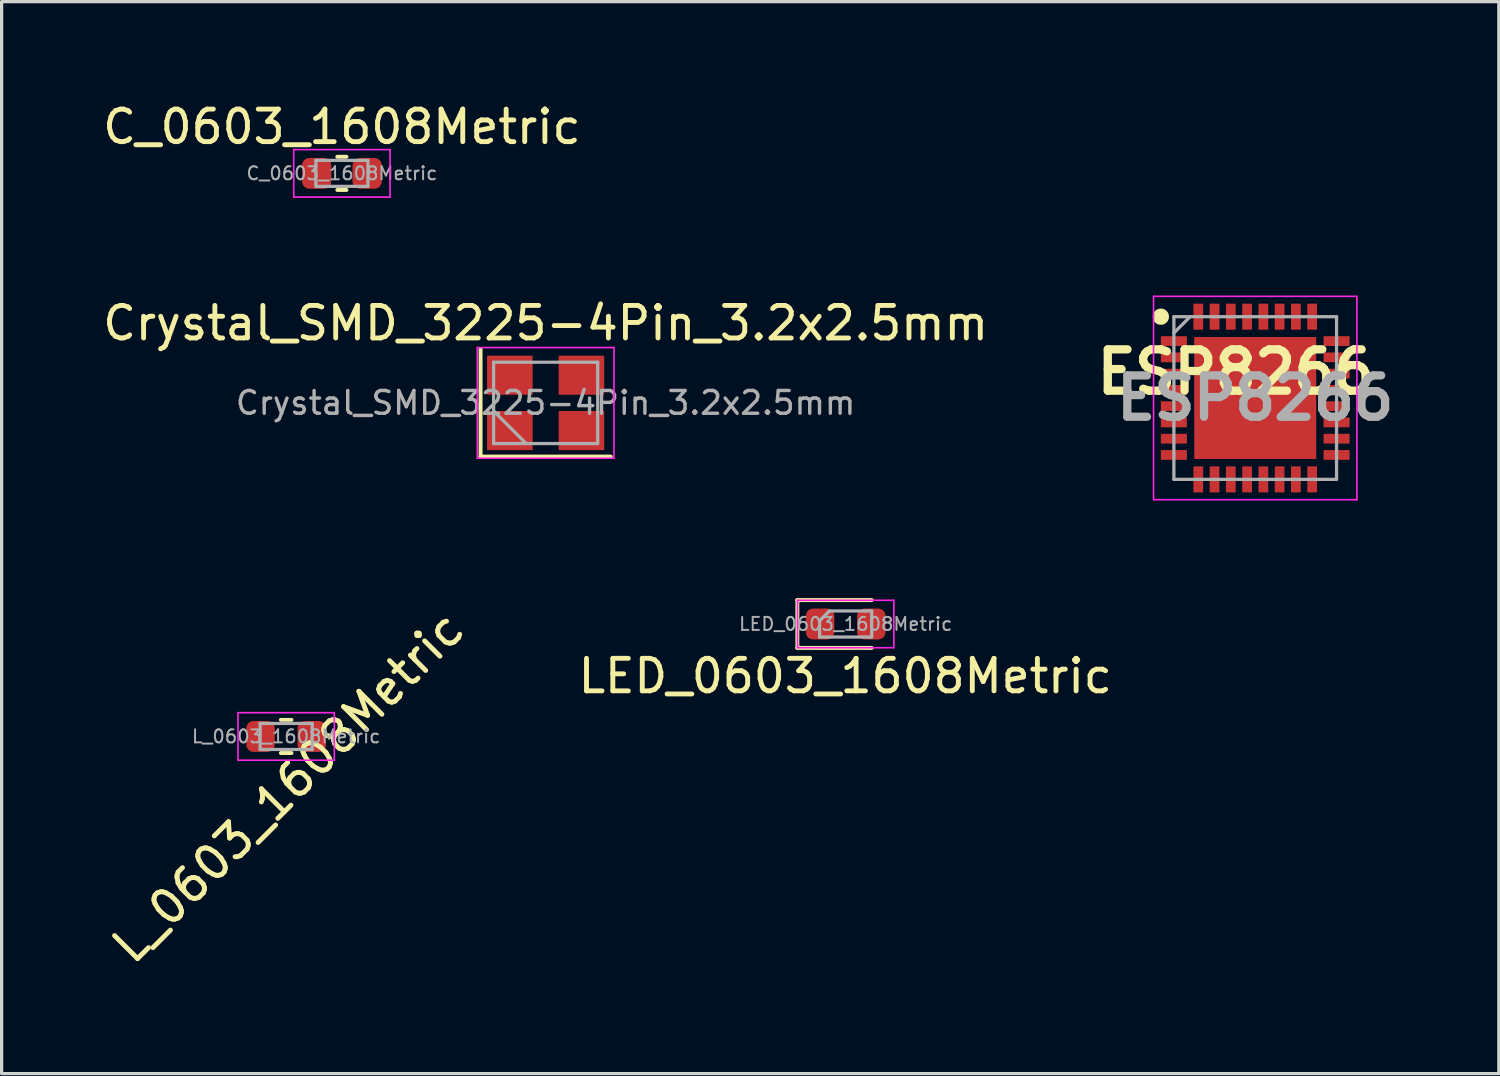
<source format=kicad_pcb>
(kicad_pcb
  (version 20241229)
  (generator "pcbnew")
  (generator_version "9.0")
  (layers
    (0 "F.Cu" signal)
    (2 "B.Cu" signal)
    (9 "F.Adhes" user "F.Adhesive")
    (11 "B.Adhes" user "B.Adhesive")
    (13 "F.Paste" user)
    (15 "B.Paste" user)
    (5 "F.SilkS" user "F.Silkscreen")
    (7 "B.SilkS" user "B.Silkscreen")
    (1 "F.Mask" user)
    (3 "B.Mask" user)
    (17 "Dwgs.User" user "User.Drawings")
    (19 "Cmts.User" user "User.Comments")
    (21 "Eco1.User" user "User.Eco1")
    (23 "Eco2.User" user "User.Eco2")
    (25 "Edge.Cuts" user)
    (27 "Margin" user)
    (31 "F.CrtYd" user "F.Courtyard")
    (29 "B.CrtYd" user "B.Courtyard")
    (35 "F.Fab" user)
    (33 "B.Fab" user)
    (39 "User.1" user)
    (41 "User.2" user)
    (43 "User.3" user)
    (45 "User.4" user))
  (footprint "ESP8266"
    (layer "F.Cu")
    (at 35.528 9.183)
    (property "Reference" "ESP8266" (at -0.6 -0.8 0) (layer "F.SilkS") (effects (font (size 1.27 1.27) (thickness 0.254))))
    (attr smd)
    (fp_circle (center -2.9 -2.5) (end -2.9 -2.375) (stroke (width 0.25) (type solid)) (fill no) (layer "F.SilkS"))
    (fp_line (start -3.125 -3.125) (end 3.125 -3.125) (stroke (width 0.05) (type solid)) (layer "F.CrtYd"))
    (fp_line (start -3.125 3.125) (end -3.125 -3.125) (stroke (width 0.05) (type solid)) (layer "F.CrtYd"))
    (fp_line (start 3.125 -3.125) (end 3.125 3.125) (stroke (width 0.05) (type solid)) (layer "F.CrtYd"))
    (fp_line (start 3.125 3.125) (end -3.125 3.125) (stroke (width 0.05) (type solid)) (layer "F.CrtYd"))
    (fp_line (start -2.5 -2.5) (end 2.5 -2.5) (stroke (width 0.1) (type solid)) (layer "F.Fab"))
    (fp_line (start -2.5 -2) (end -2 -2.5) (stroke (width 0.1) (type solid)) (layer "F.Fab"))
    (fp_line (start -2.5 2.5) (end -2.5 -2.5) (stroke (width 0.1) (type solid)) (layer "F.Fab"))
    (fp_line (start 2.5 -2.5) (end 2.5 2.5) (stroke (width 0.1) (type solid)) (layer "F.Fab"))
    (fp_line (start 2.5 2.5) (end -2.5 2.5) (stroke (width 0.1) (type solid)) (layer "F.Fab"))
    (fp_text user "${REFERENCE}" (at 0 0 0) (layer "F.Fab") (effects (font (size 1.27 1.27) (thickness 0.254))))
    (pad "1" smd rect (at -2.5 -1.75 90) (size 0.3 0.8) (layers "F.Cu" "F.Mask" "F.Paste"))
    (pad "2" smd rect (at -2.5 -1.25 90) (size 0.3 0.8) (layers "F.Cu" "F.Mask" "F.Paste"))
    (pad "3" smd rect (at -2.5 -0.75 90) (size 0.3 0.8) (layers "F.Cu" "F.Mask" "F.Paste"))
    (pad "4" smd rect (at -2.5 -0.25 90) (size 0.3 0.8) (layers "F.Cu" "F.Mask" "F.Paste"))
    (pad "5" smd rect (at -2.5 0.25 90) (size 0.3 0.8) (layers "F.Cu" "F.Mask" "F.Paste"))
    (pad "6" smd rect (at -2.5 0.75 90) (size 0.3 0.8) (layers "F.Cu" "F.Mask" "F.Paste"))
    (pad "7" smd rect (at -2.5 1.25 90) (size 0.3 0.8) (layers "F.Cu" "F.Mask" "F.Paste"))
    (pad "8" smd rect (at -2.5 1.75 90) (size 0.3 0.8) (layers "F.Cu" "F.Mask" "F.Paste"))
    (pad "9" smd rect (at -1.75 2.5) (size 0.3 0.8) (layers "F.Cu" "F.Mask" "F.Paste"))
    (pad "10" smd rect (at -1.25 2.5) (size 0.3 0.8) (layers "F.Cu" "F.Mask" "F.Paste"))
    (pad "11" smd rect (at -0.75 2.5) (size 0.3 0.8) (layers "F.Cu" "F.Mask" "F.Paste"))
    (pad "12" smd rect (at -0.25 2.5) (size 0.3 0.8) (layers "F.Cu" "F.Mask" "F.Paste"))
    (pad "13" smd rect (at 0.25 2.5) (size 0.3 0.8) (layers "F.Cu" "F.Mask" "F.Paste"))
    (pad "14" smd rect (at 0.75 2.5) (size 0.3 0.8) (layers "F.Cu" "F.Mask" "F.Paste"))
    (pad "15" smd rect (at 1.25 2.5) (size 0.3 0.8) (layers "F.Cu" "F.Mask" "F.Paste"))
    (pad "16" smd rect (at 1.75 2.5) (size 0.3 0.8) (layers "F.Cu" "F.Mask" "F.Paste"))
    (pad "17" smd rect (at 2.5 1.75 90) (size 0.3 0.8) (layers "F.Cu" "F.Mask" "F.Paste"))
    (pad "18" smd rect (at 2.5 1.25 90) (size 0.3 0.8) (layers "F.Cu" "F.Mask" "F.Paste"))
    (pad "19" smd rect (at 2.5 0.75 90) (size 0.3 0.8) (layers "F.Cu" "F.Mask" "F.Paste"))
    (pad "20" smd rect (at 2.5 0.25 90) (size 0.3 0.8) (layers "F.Cu" "F.Mask" "F.Paste"))
    (pad "21" smd rect (at 2.5 -0.25 90) (size 0.3 0.8) (layers "F.Cu" "F.Mask" "F.Paste"))
    (pad "22" smd rect (at 2.5 -0.75 90) (size 0.3 0.8) (layers "F.Cu" "F.Mask" "F.Paste"))
    (pad "23" smd rect (at 2.5 -1.25 90) (size 0.3 0.8) (layers "F.Cu" "F.Mask" "F.Paste"))
    (pad "24" smd rect (at 2.5 -1.75 90) (size 0.3 0.8) (layers "F.Cu" "F.Mask" "F.Paste"))
    (pad "25" smd rect (at 1.75 -2.5) (size 0.3 0.8) (layers "F.Cu" "F.Mask" "F.Paste"))
    (pad "26" smd rect (at 1.25 -2.5) (size 0.3 0.8) (layers "F.Cu" "F.Mask" "F.Paste"))
    (pad "27" smd rect (at 0.75 -2.5) (size 0.3 0.8) (layers "F.Cu" "F.Mask" "F.Paste"))
    (pad "28" smd rect (at 0.25 -2.5) (size 0.3 0.8) (layers "F.Cu" "F.Mask" "F.Paste"))
    (pad "29" smd rect (at -0.25 -2.5) (size 0.3 0.8) (layers "F.Cu" "F.Mask" "F.Paste"))
    (pad "30" smd rect (at -0.75 -2.5) (size 0.3 0.8) (layers "F.Cu" "F.Mask" "F.Paste"))
    (pad "31" smd rect (at -1.25 -2.5) (size 0.3 0.8) (layers "F.Cu" "F.Mask" "F.Paste"))
    (pad "32" smd rect (at -1.75 -2.5) (size 0.3 0.8) (layers "F.Cu" "F.Mask" "F.Paste"))
    (pad "33" smd rect (at 0 0) (size 3.75 3.75) (layers "F.Cu" "F.Mask" "F.Paste")))
  (footprint "Crystal_SMD_3225-4Pin_3.2x2.5mm"
    (layer "F.Cu")
    (at 13.72 9.332)
    (property "Reference" "Crystal_SMD_3225-4Pin_3.2x2.5mm" (at 0 -2.45 0) (layer "F.SilkS") (effects (font (size 1 1) (thickness 0.15))))
    (attr smd)
    (fp_line (start -2 -1.65) (end -2 1.65) (stroke (width 0.12) (type solid)) (layer "F.SilkS"))
    (fp_line (start -2 1.65) (end 2 1.65) (stroke (width 0.12) (type solid)) (layer "F.SilkS"))
    (fp_line (start -2.1 -1.7) (end -2.1 1.7) (stroke (width 0.05) (type solid)) (layer "F.CrtYd"))
    (fp_line (start -2.1 1.7) (end 2.1 1.7) (stroke (width 0.05) (type solid)) (layer "F.CrtYd"))
    (fp_line (start 2.1 -1.7) (end -2.1 -1.7) (stroke (width 0.05) (type solid)) (layer "F.CrtYd"))
    (fp_line (start 2.1 1.7) (end 2.1 -1.7) (stroke (width 0.05) (type solid)) (layer "F.CrtYd"))
    (fp_line (start -1.6 -1.25) (end -1.6 1.25) (stroke (width 0.1) (type solid)) (layer "F.Fab"))
    (fp_line (start -1.6 0.25) (end -0.6 1.25) (stroke (width 0.1) (type solid)) (layer "F.Fab"))
    (fp_line (start -1.6 1.25) (end 1.6 1.25) (stroke (width 0.1) (type solid)) (layer "F.Fab"))
    (fp_line (start 1.6 -1.25) (end -1.6 -1.25) (stroke (width 0.1) (type solid)) (layer "F.Fab"))
    (fp_line (start 1.6 1.25) (end 1.6 -1.25) (stroke (width 0.1) (type solid)) (layer "F.Fab"))
    (fp_text user "${REFERENCE}" (at 0 0 0) (layer "F.Fab") (effects (font (size 0.7 0.7) (thickness 0.105))))
    (pad "1" smd rect (at -1.1 0.85) (size 1.4 1.2) (layers "F.Cu" "F.Mask" "F.Paste"))
    (pad "2" smd rect (at 1.1 0.85) (size 1.4 1.2) (layers "F.Cu" "F.Mask" "F.Paste"))
    (pad "3" smd rect (at 1.1 -0.85) (size 1.4 1.2) (layers "F.Cu" "F.Mask" "F.Paste"))
    (pad "4" smd rect (at -1.1 -0.85) (size 1.4 1.2) (layers "F.Cu" "F.Mask" "F.Paste")))
  (footprint "C_0603_1608Metric"
    (layer "F.Cu")
    (at 7.458 2.278)
    (property "Reference" "C_0603_1608Metric" (at 0 -1.43 0) (layer "F.SilkS") (effects (font (size 1 1) (thickness 0.15))))
    (attr smd)
    (fp_line (start -0.141 -0.51) (end 0.141 -0.51) (stroke (width 0.12) (type solid)) (layer "F.SilkS"))
    (fp_line (start -0.141 0.51) (end 0.141 0.51) (stroke (width 0.12) (type solid)) (layer "F.SilkS"))
    (fp_line (start -1.48 -0.73) (end 1.48 -0.73) (stroke (width 0.05) (type solid)) (layer "F.CrtYd"))
    (fp_line (start -1.48 0.73) (end -1.48 -0.73) (stroke (width 0.05) (type solid)) (layer "F.CrtYd"))
    (fp_line (start 1.48 -0.73) (end 1.48 0.73) (stroke (width 0.05) (type solid)) (layer "F.CrtYd"))
    (fp_line (start 1.48 0.73) (end -1.48 0.73) (stroke (width 0.05) (type solid)) (layer "F.CrtYd"))
    (fp_line (start -0.8 -0.4) (end 0.8 -0.4) (stroke (width 0.1) (type solid)) (layer "F.Fab"))
    (fp_line (start -0.8 0.4) (end -0.8 -0.4) (stroke (width 0.1) (type solid)) (layer "F.Fab"))
    (fp_line (start 0.8 -0.4) (end 0.8 0.4) (stroke (width 0.1) (type solid)) (layer "F.Fab"))
    (fp_line (start 0.8 0.4) (end -0.8 0.4) (stroke (width 0.1) (type solid)) (layer "F.Fab"))
    (fp_text user "${REFERENCE}" (at 0 0 0) (layer "F.Fab") (effects (font (size 0.4 0.4) (thickness 0.06))))
    (pad "1" smd roundrect (at -0.775 0 180) (size 0.9 0.95) (layers "F.Cu" "F.Mask" "F.Paste") (roundrect_rratio 0.25))
    (pad "2" smd roundrect (at 0.775 0 180) (size 0.9 0.95) (layers "F.Cu" "F.Mask" "F.Paste") (roundrect_rratio 0.25)))
  (footprint "L_0603_1608Metric"
    (layer "F.Cu")
    (at 5.745 19.584)
    (property "Reference" "L_0603_1608Metric" (at 0.061 1.556 225) (layer "F.SilkS") (effects (font (size 1 1) (thickness 0.15))))
    (attr smd)
    (fp_line (start -0.163 -0.51) (end 0.163 -0.51) (stroke (width 0.12) (type solid)) (layer "F.SilkS"))
    (fp_line (start -0.163 0.51) (end 0.163 0.51) (stroke (width 0.12) (type solid)) (layer "F.SilkS"))
    (fp_line (start -1.48 -0.73) (end 1.48 -0.73) (stroke (width 0.05) (type solid)) (layer "F.CrtYd"))
    (fp_line (start -1.48 0.73) (end -1.48 -0.73) (stroke (width 0.05) (type solid)) (layer "F.CrtYd"))
    (fp_line (start 1.48 -0.73) (end 1.48 0.73) (stroke (width 0.05) (type solid)) (layer "F.CrtYd"))
    (fp_line (start 1.48 0.73) (end -1.48 0.73) (stroke (width 0.05) (type solid)) (layer "F.CrtYd"))
    (fp_line (start -0.8 -0.4) (end 0.8 -0.4) (stroke (width 0.1) (type solid)) (layer "F.Fab"))
    (fp_line (start -0.8 0.4) (end -0.8 -0.4) (stroke (width 0.1) (type solid)) (layer "F.Fab"))
    (fp_line (start 0.8 -0.4) (end 0.8 0.4) (stroke (width 0.1) (type solid)) (layer "F.Fab"))
    (fp_line (start 0.8 0.4) (end -0.8 0.4) (stroke (width 0.1) (type solid)) (layer "F.Fab"))
    (fp_text user "${REFERENCE}" (at 0 0 180) (layer "F.Fab") (effects (font (size 0.4 0.4) (thickness 0.06))))
    (pad "1" smd roundrect (at -0.787 0) (size 0.875 0.95) (layers "F.Cu" "F.Mask" "F.Paste") (roundrect_rratio 0.25))
    (pad "2" smd roundrect (at 0.787 0) (size 0.875 0.95) (layers "F.Cu" "F.Mask" "F.Paste") (roundrect_rratio 0.25)))
  (footprint "LED_0603_1608Metric"
    (layer "F.Cu")
    (at 22.941 16.128)
    (property "Reference" "LED_0603_1608Metric" (at -0.013 1.6 0) (layer "F.SilkS") (effects (font (size 1 1) (thickness 0.15))))
    (attr smd)
    (fp_line (start -1.485 -0.735) (end -1.485 0.735) (stroke (width 0.12) (type solid)) (layer "F.SilkS"))
    (fp_line (start -1.485 0.735) (end 0.8 0.735) (stroke (width 0.12) (type solid)) (layer "F.SilkS"))
    (fp_line (start 0.8 -0.735) (end -1.485 -0.735) (stroke (width 0.12) (type solid)) (layer "F.SilkS"))
    (fp_line (start -1.48 -0.73) (end 1.48 -0.73) (stroke (width 0.05) (type solid)) (layer "F.CrtYd"))
    (fp_line (start -1.48 0.73) (end -1.48 -0.73) (stroke (width 0.05) (type solid)) (layer "F.CrtYd"))
    (fp_line (start 1.48 -0.73) (end 1.48 0.73) (stroke (width 0.05) (type solid)) (layer "F.CrtYd"))
    (fp_line (start 1.48 0.73) (end -1.48 0.73) (stroke (width 0.05) (type solid)) (layer "F.CrtYd"))
    (fp_line (start -0.8 -0.1) (end -0.8 0.4) (stroke (width 0.1) (type solid)) (layer "F.Fab"))
    (fp_line (start -0.8 0.4) (end 0.8 0.4) (stroke (width 0.1) (type solid)) (layer "F.Fab"))
    (fp_line (start -0.5 -0.4) (end -0.8 -0.1) (stroke (width 0.1) (type solid)) (layer "F.Fab"))
    (fp_line (start 0.8 -0.4) (end -0.5 -0.4) (stroke (width 0.1) (type solid)) (layer "F.Fab"))
    (fp_line (start 0.8 0.4) (end 0.8 -0.4) (stroke (width 0.1) (type solid)) (layer "F.Fab"))
    (fp_text user "${REFERENCE}" (at 0 0 0) (layer "F.Fab") (effects (font (size 0.4 0.4) (thickness 0.06))))
    (pad "1" smd roundrect (at -0.787 0) (size 0.875 0.95) (layers "F.Cu" "F.Mask" "F.Paste") (roundrect_rratio 0.25))
    (pad "2" smd roundrect (at 0.787 0) (size 0.875 0.95) (layers "F.Cu" "F.Mask" "F.Paste") (roundrect_rratio 0.25)))
  (gr_rect
    (start -3 -3)
    (end 43.015 29.946)
    (stroke (width 0.1) (type default))
    (fill no)
    (layer "Edge.Cuts")))
</source>
